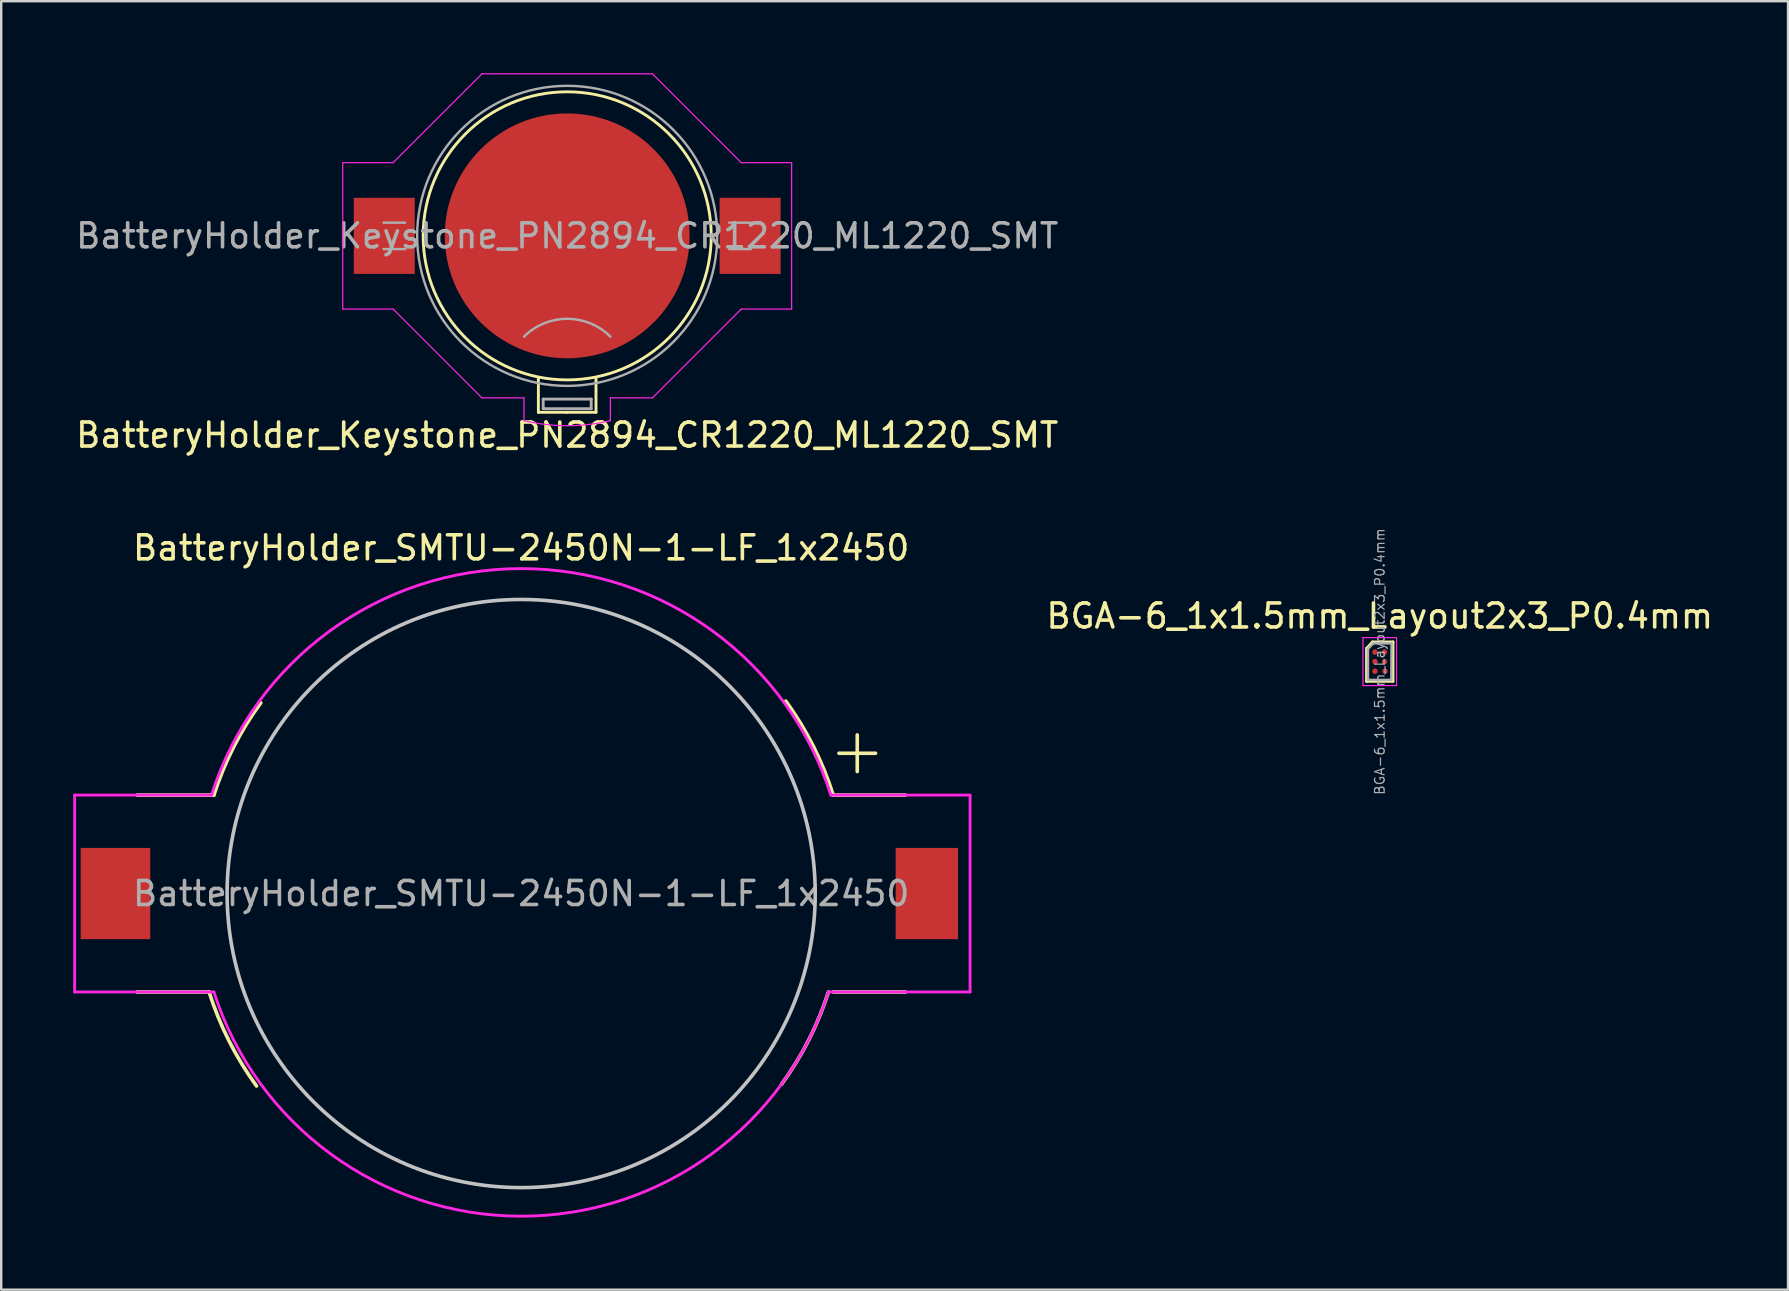
<source format=kicad_pcb>
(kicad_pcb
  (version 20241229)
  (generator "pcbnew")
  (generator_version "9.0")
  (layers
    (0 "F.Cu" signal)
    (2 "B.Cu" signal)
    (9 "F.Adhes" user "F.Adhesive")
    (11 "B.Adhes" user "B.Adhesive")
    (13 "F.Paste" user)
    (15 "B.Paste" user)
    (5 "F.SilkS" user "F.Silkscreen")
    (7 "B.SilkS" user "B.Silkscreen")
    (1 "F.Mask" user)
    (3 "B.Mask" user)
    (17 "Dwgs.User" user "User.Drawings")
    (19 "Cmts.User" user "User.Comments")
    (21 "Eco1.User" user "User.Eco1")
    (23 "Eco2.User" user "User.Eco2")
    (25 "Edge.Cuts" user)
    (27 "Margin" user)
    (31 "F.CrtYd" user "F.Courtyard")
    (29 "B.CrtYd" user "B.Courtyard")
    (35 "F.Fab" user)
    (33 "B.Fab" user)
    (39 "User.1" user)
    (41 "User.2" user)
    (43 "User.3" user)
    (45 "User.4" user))
  (footprint "BGA-6_1x1.5mm_Layout2x3_P0.4mm"
    (layer "F.Cu")
    (at 54.426 24.511)
    (property "Reference" "BGA-6_1x1.5mm_Layout2x3_P0.4mm" (at 0 -1.9 0) (layer "F.SilkS") (effects (font (size 1 1) (thickness 0.15))))
    (attr smd)
    (fp_line (start -0.55 0.82) (end -0.55 -0.55) (stroke (width 0.12) (type solid)) (layer "F.SilkS"))
    (fp_line (start -0.55 0.82) (end 0.55 0.82) (stroke (width 0.12) (type solid)) (layer "F.SilkS"))
    (fp_line (start -0.3 -0.82) (end -0.55 -0.55) (stroke (width 0.12) (type solid)) (layer "F.SilkS"))
    (fp_line (start 0.55 -0.82) (end -0.3 -0.82) (stroke (width 0.12) (type solid)) (layer "F.SilkS"))
    (fp_line (start 0.55 -0.82) (end 0.55 0.82) (stroke (width 0.12) (type solid)) (layer "F.SilkS"))
    (fp_line (start -0.7 -1) (end 0.7 -1) (stroke (width 0.05) (type solid)) (layer "F.CrtYd"))
    (fp_line (start -0.7 1) (end -0.7 -1) (stroke (width 0.05) (type solid)) (layer "F.CrtYd"))
    (fp_line (start -0.7 1) (end 0.7 1) (stroke (width 0.05) (type solid)) (layer "F.CrtYd"))
    (fp_line (start 0.7 1) (end 0.7 -1) (stroke (width 0.05) (type solid)) (layer "F.CrtYd"))
    (fp_line (start -0.49 -0.53) (end -0.49 0.76) (stroke (width 0.1) (type solid)) (layer "F.Fab"))
    (fp_line (start -0.49 -0.53) (end -0.27 -0.76) (stroke (width 0.1) (type solid)) (layer "F.Fab"))
    (fp_line (start -0.49 0.76) (end 0.48 0.76) (stroke (width 0.1) (type solid)) (layer "F.Fab"))
    (fp_line (start 0.48 0.76) (end 0.49 -0.76) (stroke (width 0.1) (type solid)) (layer "F.Fab"))
    (fp_line (start 0.49 -0.76) (end -0.27 -0.76) (stroke (width 0.1) (type solid)) (layer "F.Fab"))
    (fp_text user "${REFERENCE}" (at 0 0 90) (layer "F.Fab") (effects (font (size 0.4 0.4) (thickness 0.05))))
    (pad "" smd roundrect (at -0.2 -0.4) (size 0.25 0.25) (layers "F.Paste") (roundrect_rratio 0.25))
    (pad "" smd roundrect (at -0.2 0) (size 0.25 0.25) (layers "F.Paste") (roundrect_rratio 0.25))
    (pad "" smd roundrect (at -0.2 0.4) (size 0.25 0.25) (layers "F.Paste") (roundrect_rratio 0.25))
    (pad "" smd roundrect (at 0.2 -0.4) (size 0.25 0.25) (layers "F.Paste") (roundrect_rratio 0.25))
    (pad "" smd roundrect (at 0.2 0) (size 0.25 0.25) (layers "F.Paste") (roundrect_rratio 0.25))
    (pad "" smd roundrect (at 0.2 0.4) (size 0.25 0.25) (layers "F.Paste") (roundrect_rratio 0.25))
    (pad "A1" smd circle (at -0.2 -0.4) (size 0.23 0.23) (layers "F.Cu" "F.Mask"))
    (pad "A2" smd circle (at 0.2 -0.4) (size 0.23 0.23) (layers "F.Cu" "F.Mask"))
    (pad "B1" smd circle (at -0.2 0) (size 0.23 0.23) (layers "F.Cu" "F.Mask"))
    (pad "B2" smd circle (at 0.2 0) (size 0.23 0.23) (layers "F.Cu" "F.Mask"))
    (pad "C1" smd circle (at -0.2 0.4) (size 0.23 0.23) (layers "F.Cu" "F.Mask"))
    (pad "C2" smd circle (at 0.217 0.4) (size 0.23 0.23) (layers "F.Cu" "F.Mask")))
  (footprint "BatteryHolder_SMTU-2450N-1-LF_1x2450"
    (layer "F.Cu")
    (at 18.66 34.172)
    (property "Reference" "BatteryHolder_SMTU-2450N-1-LF_1x2450" (at 0 -14.4 0) (layer "F.SilkS") (effects (font (size 1 1) (thickness 0.15))))
    (attr smd)
    (fp_line (start -13 4.1) (end -16 4.1) (stroke (width 0.15) (type solid)) (layer "F.SilkS"))
    (fp_line (start -12.8 -4.1) (end -16 -4.1) (stroke (width 0.15) (type solid)) (layer "F.SilkS"))
    (fp_line (start 13 -4.1) (end 16 -4.1) (stroke (width 0.15) (type solid)) (layer "F.SilkS"))
    (fp_line (start 13 4.1) (end 16 4.1) (stroke (width 0.15) (type solid)) (layer "F.SilkS"))
    (fp_arc (start -12.8 -4.1) (mid -11.978603 -6.101691) (end -10.84613 -7.945319) (stroke (width 0.15) (type solid)) (layer "F.SilkS"))
    (fp_arc (start -11.024054 8.017494) (mid -12.170681 6.13877) (end -12.999999 4.099999) (stroke (width 0.15) (type solid)) (layer "F.SilkS"))
    (fp_arc (start 11.024054 -8.017494) (mid 12.170681 -6.13877) (end 12.999999 -4.099999) (stroke (width 0.15) (type solid)) (layer "F.SilkS"))
    (fp_arc (start 12.8 4.1) (mid 11.978603 6.101691) (end 10.84613 7.945319) (stroke (width 0.15) (type solid)) (layer "F.SilkS"))
    (fp_circle (center 0 0) (end 12.25 0) (stroke (width 0.15) (type solid)) (fill no) (layer "Dwgs.User"))
    (fp_line (start -18.6 -4.1) (end -12.9 -4.1) (stroke (width 0.12) (type solid)) (layer "F.CrtYd"))
    (fp_line (start -18.6 4.1) (end -18.6 -4.1) (stroke (width 0.12) (type solid)) (layer "F.CrtYd"))
    (fp_line (start -18.6 4.1) (end -12.8 4.1) (stroke (width 0.12) (type solid)) (layer "F.CrtYd"))
    (fp_line (start 18.7 -4.1) (end 12.9 -4.1) (stroke (width 0.12) (type solid)) (layer "F.CrtYd"))
    (fp_line (start 18.7 -4.1) (end 18.7 4.1) (stroke (width 0.12) (type solid)) (layer "F.CrtYd"))
    (fp_line (start 18.7 4.1) (end 12.8 4.1) (stroke (width 0.12) (type solid)) (layer "F.CrtYd"))
    (fp_arc (start -12.9 -4.1) (mid 0 -13.535878) (end 12.9 -4.1) (stroke (width 0.12) (type solid)) (layer "F.CrtYd"))
    (fp_arc (start 12.8 4.1) (mid 0 13.44061) (end -12.8 4.1) (stroke (width 0.12) (type solid)) (layer "F.CrtYd"))
    (fp_text user "+" (at 14 -6 0) (layer "F.SilkS") (effects (font (size 2 2) (thickness 0.15))))
    (fp_text user "${REFERENCE}" (at 0 0 0) (layer "F.Fab") (effects (font (size 1 1) (thickness 0.15))))
    (pad "1" smd rect (at 16.9 0) (size 2.6 3.8) (layers "F.Cu" "F.Mask" "F.Paste"))
    (pad "2" smd rect (at -16.9 0) (size 2.9 3.8) (layers "F.Cu" "F.Mask" "F.Paste")))
  (footprint "BatteryHolder_Keystone_PN2894_CR1220_ML1220_SMT"
    (layer "F.Cu")
    (at 20.577 6.775)
    (property "Reference" "BatteryHolder_Keystone_PN2894_CR1220_ML1220_SMT" (at 0 8.3 0) (layer "F.SilkS") (effects (font (size 1 1) (thickness 0.15))))
    (attr smd)
    (fp_line (start -1.2 5.9) (end -1.2 7.35) (stroke (width 0.12) (type default)) (layer "F.SilkS"))
    (fp_line (start -1.2 7.35) (end 0 7.35) (stroke (width 0.12) (type default)) (layer "F.SilkS"))
    (fp_line (start 1.2 5.9) (end 1.2 7.35) (stroke (width 0.12) (type default)) (layer "F.SilkS"))
    (fp_line (start 1.2 7.35) (end 0 7.35) (stroke (width 0.12) (type default)) (layer "F.SilkS"))
    (fp_circle (center 0 0) (end 6 0) (stroke (width 0.12) (type default)) (fill no) (layer "F.SilkS"))
    (fp_line (start -9.35 -3.05) (end -7.25 -3.05) (stroke (width 0.05) (type solid)) (layer "F.CrtYd"))
    (fp_line (start -9.35 3.05) (end -9.35 -3.05) (stroke (width 0.05) (type solid)) (layer "F.CrtYd"))
    (fp_line (start -9.35 3.05) (end -7.25 3.05) (stroke (width 0.05) (type solid)) (layer "F.CrtYd"))
    (fp_line (start -7.25 -3.05) (end -3.55 -6.75) (stroke (width 0.05) (type solid)) (layer "F.CrtYd"))
    (fp_line (start -3.55 -6.75) (end 3.55 -6.75) (stroke (width 0.05) (type solid)) (layer "F.CrtYd"))
    (fp_line (start -3.55 6.75) (end -7.25 3.05) (stroke (width 0.05) (type solid)) (layer "F.CrtYd"))
    (fp_line (start -3.55 6.75) (end -1.8 6.75) (stroke (width 0.05) (type solid)) (layer "F.CrtYd"))
    (fp_line (start -1.8 6.75) (end -1.8 7.7) (stroke (width 0.05) (type solid)) (layer "F.CrtYd"))
    (fp_line (start 1.8 6.75) (end 1.8 7.7) (stroke (width 0.05) (type solid)) (layer "F.CrtYd"))
    (fp_line (start 1.8 6.75) (end 3.55 6.75) (stroke (width 0.05) (type solid)) (layer "F.CrtYd"))
    (fp_line (start 3.55 -6.75) (end 7.25 -3.05) (stroke (width 0.05) (type solid)) (layer "F.CrtYd"))
    (fp_line (start 3.55 6.75) (end 7.25 3.05) (stroke (width 0.05) (type solid)) (layer "F.CrtYd"))
    (fp_line (start 7.25 -3.05) (end 9.35 -3.05) (stroke (width 0.05) (type solid)) (layer "F.CrtYd"))
    (fp_line (start 9.35 -3.05) (end 9.35 3.05) (stroke (width 0.05) (type solid)) (layer "F.CrtYd"))
    (fp_line (start 9.35 3.05) (end 7.25 3.05) (stroke (width 0.05) (type solid)) (layer "F.CrtYd"))
    (fp_arc (start 0 7.907591) (mid -0.905965 7.855522) (end -1.8 7.7) (stroke (width 0.05) (type default)) (layer "F.CrtYd"))
    (fp_arc (start 1.8 7.7) (mid 0.905966 7.855522) (end 0 7.907591) (stroke (width 0.05) (type default)) (layer "F.CrtYd"))
    (fp_line (start -7.65 -0.55) (end -6.75 -0.55) (stroke (width 0.1) (type solid)) (layer "F.Fab"))
    (fp_line (start -6.75 0.55) (end -7.65 0.55) (stroke (width 0.1) (type solid)) (layer "F.Fab"))
    (fp_line (start -1 6.8) (end 1 6.8) (stroke (width 0.12) (type solid)) (layer "F.Fab"))
    (fp_line (start -1 7.2) (end -1 6.8) (stroke (width 0.12) (type solid)) (layer "F.Fab"))
    (fp_line (start 1 6.8) (end 1 7.2) (stroke (width 0.12) (type solid)) (layer "F.Fab"))
    (fp_line (start 1 7.2) (end -1 7.2) (stroke (width 0.12) (type solid)) (layer "F.Fab"))
    (fp_line (start 6.75 -0.55) (end 7.65 -0.55) (stroke (width 0.1) (type solid)) (layer "F.Fab"))
    (fp_line (start 7.65 0.55) (end 6.75 0.55) (stroke (width 0.1) (type solid)) (layer "F.Fab"))
    (fp_arc (start -1.8 4.2) (mid 0 3.454416) (end 1.8 4.2) (stroke (width 0.1) (type solid)) (layer "F.Fab"))
    (fp_circle (center 0 0) (end -6.25 0) (stroke (width 0.1) (type solid)) (fill no) (layer "F.Fab"))
    (fp_text user "${REFERENCE}" (at 0 0 0) (layer "F.Fab") (effects (font (size 1 1) (thickness 0.15))))
    (pad "1" smd rect (at 7.62 0 180) (size 2.54 3.17) (layers "F.Cu" "F.Mask" "F.Paste"))
    (pad "2" smd circle (at 0 0) (size 10.2 10.2) (layers "F.Cu" "F.Mask"))
    (pad "MP" smd rect (at -7.62 0) (size 2.54 3.17) (layers "F.Cu" "F.Mask" "F.Paste")))
  (gr_rect
    (start -3 -3)
    (end 71.432 50.672)
    (stroke (width 0.1) (type default))
    (fill no)
    (layer "Edge.Cuts")))
</source>
